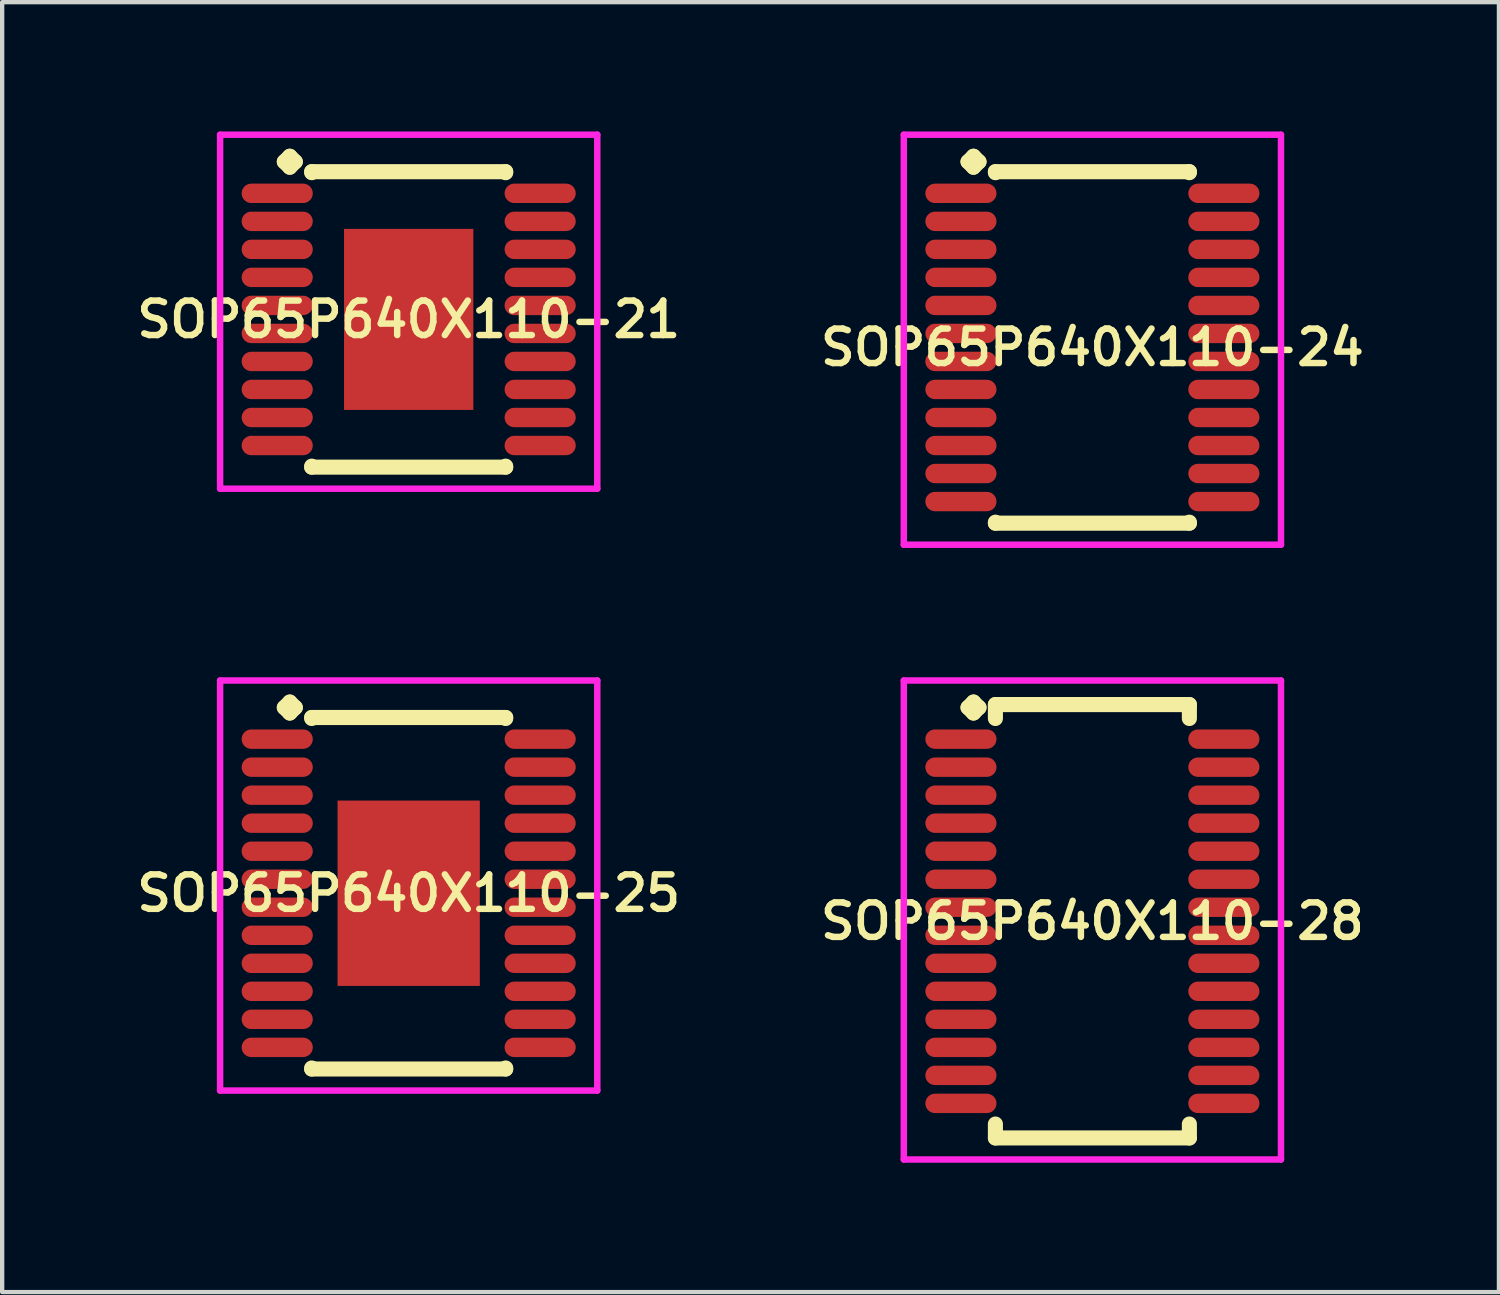
<source format=kicad_pcb>
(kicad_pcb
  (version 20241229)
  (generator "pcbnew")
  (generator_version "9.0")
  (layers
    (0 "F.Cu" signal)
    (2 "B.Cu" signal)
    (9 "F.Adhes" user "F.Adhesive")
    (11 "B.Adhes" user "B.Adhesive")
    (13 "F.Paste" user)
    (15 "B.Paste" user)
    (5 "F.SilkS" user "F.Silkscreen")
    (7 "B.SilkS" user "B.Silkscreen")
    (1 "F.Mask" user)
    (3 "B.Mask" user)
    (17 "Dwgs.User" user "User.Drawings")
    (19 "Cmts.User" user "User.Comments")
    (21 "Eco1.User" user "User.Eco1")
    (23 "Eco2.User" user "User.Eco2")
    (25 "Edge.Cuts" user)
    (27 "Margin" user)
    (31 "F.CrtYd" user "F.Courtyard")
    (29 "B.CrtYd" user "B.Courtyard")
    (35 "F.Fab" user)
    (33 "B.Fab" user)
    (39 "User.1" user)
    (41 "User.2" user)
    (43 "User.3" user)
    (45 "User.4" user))
  (footprint "SOP65P640X110-21"
    (layer "F.Cu")
    (at 6.431 4.36)
    (property "Reference" "SOP65P640X110-21" (at 0 0 0) (layer "F.SilkS") (effects (font (size 0.8 0.8) (thickness 0.15))))
    (attr smd)
    (fp_line (start -2.885 -3.658) (end -2.758 -3.785) (stroke (width 0.35) (type solid)) (layer "F.SilkS"))
    (fp_line (start -2.758 -3.785) (end -2.631 -3.658) (stroke (width 0.35) (type solid)) (layer "F.SilkS"))
    (fp_line (start -2.758 -3.531) (end -2.885 -3.658) (stroke (width 0.35) (type solid)) (layer "F.SilkS"))
    (fp_line (start -2.631 -3.658) (end -2.758 -3.531) (stroke (width 0.35) (type solid)) (layer "F.SilkS"))
    (fp_line (start -2.25 -3.427) (end 2.25 -3.427) (stroke (width 0.35) (type solid)) (layer "F.SilkS"))
    (fp_line (start -2.25 -3.404) (end -2.25 -3.427) (stroke (width 0.35) (type solid)) (layer "F.SilkS"))
    (fp_line (start -2.25 3.404) (end -2.25 3.427) (stroke (width 0.35) (type solid)) (layer "F.SilkS"))
    (fp_line (start -2.25 3.427) (end 2.25 3.427) (stroke (width 0.35) (type solid)) (layer "F.SilkS"))
    (fp_line (start 2.25 -3.427) (end 2.25 -3.404) (stroke (width 0.35) (type solid)) (layer "F.SilkS"))
    (fp_line (start 2.25 3.427) (end 2.25 3.404) (stroke (width 0.35) (type solid)) (layer "F.SilkS"))
    (fp_line (start -4.375 -4.285) (end 4.375 -4.285) (stroke (width 0.15) (type solid)) (layer "F.CrtYd"))
    (fp_line (start -4.375 3.927) (end -4.375 -4.285) (stroke (width 0.15) (type solid)) (layer "F.CrtYd"))
    (fp_line (start 4.375 -4.285) (end 4.375 3.927) (stroke (width 0.15) (type solid)) (layer "F.CrtYd"))
    (fp_line (start 4.375 3.927) (end -4.375 3.927) (stroke (width 0.15) (type solid)) (layer "F.CrtYd"))
    (pad "1" smd oval (at -3.05 -2.925) (size 1.65 0.45) (layers "F.Cu" "F.Mask" "F.Paste"))
    (pad "2" smd oval (at -3.05 -2.275) (size 1.65 0.45) (layers "F.Cu" "F.Mask" "F.Paste"))
    (pad "3" smd oval (at -3.05 -1.625) (size 1.65 0.45) (layers "F.Cu" "F.Mask" "F.Paste"))
    (pad "4" smd oval (at -3.05 -0.975) (size 1.65 0.45) (layers "F.Cu" "F.Mask" "F.Paste"))
    (pad "5" smd oval (at -3.05 -0.325) (size 1.65 0.45) (layers "F.Cu" "F.Mask" "F.Paste"))
    (pad "6" smd oval (at -3.05 0.325) (size 1.65 0.45) (layers "F.Cu" "F.Mask" "F.Paste"))
    (pad "7" smd oval (at -3.05 0.975) (size 1.65 0.45) (layers "F.Cu" "F.Mask" "F.Paste"))
    (pad "8" smd oval (at -3.05 1.625) (size 1.65 0.45) (layers "F.Cu" "F.Mask" "F.Paste"))
    (pad "9" smd oval (at -3.05 2.275) (size 1.65 0.45) (layers "F.Cu" "F.Mask" "F.Paste"))
    (pad "10" smd oval (at -3.05 2.925) (size 1.65 0.45) (layers "F.Cu" "F.Mask" "F.Paste"))
    (pad "11" smd oval (at 3.05 2.925) (size 1.65 0.45) (layers "F.Cu" "F.Mask" "F.Paste"))
    (pad "12" smd oval (at 3.05 2.275) (size 1.65 0.45) (layers "F.Cu" "F.Mask" "F.Paste"))
    (pad "13" smd oval (at 3.05 1.625) (size 1.65 0.45) (layers "F.Cu" "F.Mask" "F.Paste"))
    (pad "14" smd oval (at 3.05 0.975) (size 1.65 0.45) (layers "F.Cu" "F.Mask" "F.Paste"))
    (pad "15" smd oval (at 3.05 0.325) (size 1.65 0.45) (layers "F.Cu" "F.Mask" "F.Paste"))
    (pad "16" smd oval (at 3.05 -0.325) (size 1.65 0.45) (layers "F.Cu" "F.Mask" "F.Paste"))
    (pad "17" smd oval (at 3.05 -0.975) (size 1.65 0.45) (layers "F.Cu" "F.Mask" "F.Paste"))
    (pad "18" smd oval (at 3.05 -1.625) (size 1.65 0.45) (layers "F.Cu" "F.Mask" "F.Paste"))
    (pad "19" smd oval (at 3.05 -2.275) (size 1.65 0.45) (layers "F.Cu" "F.Mask" "F.Paste"))
    (pad "20" smd oval (at 3.05 -2.925) (size 1.65 0.45) (layers "F.Cu" "F.Mask" "F.Paste"))
    (pad "21" smd rect (at 0 0) (size 3 4.2) (layers "F.Cu" "F.Mask" "F.Paste")))
  (footprint "SOP65P640X110-24"
    (layer "F.Cu")
    (at 22.292 5.01)
    (property "Reference" "SOP65P640X110-24" (at 0 0 0) (layer "F.SilkS") (effects (font (size 0.8 0.8) (thickness 0.15))))
    (attr smd)
    (fp_line (start -2.885 -4.308) (end -2.758 -4.435) (stroke (width 0.35) (type solid)) (layer "F.SilkS"))
    (fp_line (start -2.758 -4.435) (end -2.631 -4.308) (stroke (width 0.35) (type solid)) (layer "F.SilkS"))
    (fp_line (start -2.758 -4.181) (end -2.885 -4.308) (stroke (width 0.35) (type solid)) (layer "F.SilkS"))
    (fp_line (start -2.631 -4.308) (end -2.758 -4.181) (stroke (width 0.35) (type solid)) (layer "F.SilkS"))
    (fp_line (start -2.25 -4.077) (end 2.25 -4.077) (stroke (width 0.35) (type solid)) (layer "F.SilkS"))
    (fp_line (start -2.25 -4.054) (end -2.25 -4.077) (stroke (width 0.35) (type solid)) (layer "F.SilkS"))
    (fp_line (start -2.25 4.054) (end -2.25 4.077) (stroke (width 0.35) (type solid)) (layer "F.SilkS"))
    (fp_line (start -2.25 4.077) (end 2.25 4.077) (stroke (width 0.35) (type solid)) (layer "F.SilkS"))
    (fp_line (start 2.25 -4.077) (end 2.25 -4.054) (stroke (width 0.35) (type solid)) (layer "F.SilkS"))
    (fp_line (start 2.25 4.077) (end 2.25 4.054) (stroke (width 0.35) (type solid)) (layer "F.SilkS"))
    (fp_line (start -4.375 -4.935) (end 4.375 -4.935) (stroke (width 0.15) (type solid)) (layer "F.CrtYd"))
    (fp_line (start -4.375 4.577) (end -4.375 -4.935) (stroke (width 0.15) (type solid)) (layer "F.CrtYd"))
    (fp_line (start 4.375 -4.935) (end 4.375 4.577) (stroke (width 0.15) (type solid)) (layer "F.CrtYd"))
    (fp_line (start 4.375 4.577) (end -4.375 4.577) (stroke (width 0.15) (type solid)) (layer "F.CrtYd"))
    (pad "1" smd oval (at -3.05 -3.575) (size 1.65 0.45) (layers "F.Cu" "F.Mask" "F.Paste"))
    (pad "2" smd oval (at -3.05 -2.925) (size 1.65 0.45) (layers "F.Cu" "F.Mask" "F.Paste"))
    (pad "3" smd oval (at -3.05 -2.275) (size 1.65 0.45) (layers "F.Cu" "F.Mask" "F.Paste"))
    (pad "4" smd oval (at -3.05 -1.625) (size 1.65 0.45) (layers "F.Cu" "F.Mask" "F.Paste"))
    (pad "5" smd oval (at -3.05 -0.975) (size 1.65 0.45) (layers "F.Cu" "F.Mask" "F.Paste"))
    (pad "6" smd oval (at -3.05 -0.325) (size 1.65 0.45) (layers "F.Cu" "F.Mask" "F.Paste"))
    (pad "7" smd oval (at -3.05 0.325) (size 1.65 0.45) (layers "F.Cu" "F.Mask" "F.Paste"))
    (pad "8" smd oval (at -3.05 0.975) (size 1.65 0.45) (layers "F.Cu" "F.Mask" "F.Paste"))
    (pad "9" smd oval (at -3.05 1.625) (size 1.65 0.45) (layers "F.Cu" "F.Mask" "F.Paste"))
    (pad "10" smd oval (at -3.05 2.275) (size 1.65 0.45) (layers "F.Cu" "F.Mask" "F.Paste"))
    (pad "11" smd oval (at -3.05 2.925) (size 1.65 0.45) (layers "F.Cu" "F.Mask" "F.Paste"))
    (pad "12" smd oval (at -3.05 3.575) (size 1.65 0.45) (layers "F.Cu" "F.Mask" "F.Paste"))
    (pad "13" smd oval (at 3.05 3.575) (size 1.65 0.45) (layers "F.Cu" "F.Mask" "F.Paste"))
    (pad "14" smd oval (at 3.05 2.925) (size 1.65 0.45) (layers "F.Cu" "F.Mask" "F.Paste"))
    (pad "15" smd oval (at 3.05 2.275) (size 1.65 0.45) (layers "F.Cu" "F.Mask" "F.Paste"))
    (pad "16" smd oval (at 3.05 1.625) (size 1.65 0.45) (layers "F.Cu" "F.Mask" "F.Paste"))
    (pad "17" smd oval (at 3.05 0.975) (size 1.65 0.45) (layers "F.Cu" "F.Mask" "F.Paste"))
    (pad "18" smd oval (at 3.05 0.325) (size 1.65 0.45) (layers "F.Cu" "F.Mask" "F.Paste"))
    (pad "19" smd oval (at 3.05 -0.325) (size 1.65 0.45) (layers "F.Cu" "F.Mask" "F.Paste"))
    (pad "20" smd oval (at 3.05 -0.975) (size 1.65 0.45) (layers "F.Cu" "F.Mask" "F.Paste"))
    (pad "21" smd oval (at 3.05 -1.625) (size 1.65 0.45) (layers "F.Cu" "F.Mask" "F.Paste"))
    (pad "22" smd oval (at 3.05 -2.275) (size 1.65 0.45) (layers "F.Cu" "F.Mask" "F.Paste"))
    (pad "23" smd oval (at 3.05 -2.925) (size 1.65 0.45) (layers "F.Cu" "F.Mask" "F.Paste"))
    (pad "24" smd oval (at 3.05 -3.575) (size 1.65 0.45) (layers "F.Cu" "F.Mask" "F.Paste")))
  (footprint "SOP65P640X110-28"
    (layer "F.Cu")
    (at 22.292 18.322)
    (property "Reference" "SOP65P640X110-28" (at 0 0 0) (layer "F.SilkS") (effects (font (size 0.8 0.8) (thickness 0.15))))
    (attr smd)
    (fp_line (start -2.885 -4.958) (end -2.758 -5.085) (stroke (width 0.35) (type solid)) (layer "F.SilkS"))
    (fp_line (start -2.758 -5.085) (end -2.631 -4.958) (stroke (width 0.35) (type solid)) (layer "F.SilkS"))
    (fp_line (start -2.758 -4.831) (end -2.885 -4.958) (stroke (width 0.35) (type solid)) (layer "F.SilkS"))
    (fp_line (start -2.631 -4.958) (end -2.758 -4.831) (stroke (width 0.35) (type solid)) (layer "F.SilkS"))
    (fp_line (start -2.25 -5.027) (end 2.25 -5.027) (stroke (width 0.35) (type solid)) (layer "F.SilkS"))
    (fp_line (start -2.25 -4.704) (end -2.25 -5.027) (stroke (width 0.35) (type solid)) (layer "F.SilkS"))
    (fp_line (start -2.25 4.704) (end -2.25 5.027) (stroke (width 0.35) (type solid)) (layer "F.SilkS"))
    (fp_line (start -2.25 5.027) (end 2.25 5.027) (stroke (width 0.35) (type solid)) (layer "F.SilkS"))
    (fp_line (start 2.25 -5.027) (end 2.25 -4.704) (stroke (width 0.35) (type solid)) (layer "F.SilkS"))
    (fp_line (start 2.25 5.027) (end 2.25 4.704) (stroke (width 0.35) (type solid)) (layer "F.SilkS"))
    (fp_line (start -4.375 -5.585) (end 4.375 -5.585) (stroke (width 0.15) (type solid)) (layer "F.CrtYd"))
    (fp_line (start -4.375 5.527) (end -4.375 -5.585) (stroke (width 0.15) (type solid)) (layer "F.CrtYd"))
    (fp_line (start 4.375 -5.585) (end 4.375 5.527) (stroke (width 0.15) (type solid)) (layer "F.CrtYd"))
    (fp_line (start 4.375 5.527) (end -4.375 5.527) (stroke (width 0.15) (type solid)) (layer "F.CrtYd"))
    (pad "1" smd oval (at -3.05 -4.225) (size 1.65 0.45) (layers "F.Cu" "F.Mask" "F.Paste"))
    (pad "2" smd oval (at -3.05 -3.575) (size 1.65 0.45) (layers "F.Cu" "F.Mask" "F.Paste"))
    (pad "3" smd oval (at -3.05 -2.925) (size 1.65 0.45) (layers "F.Cu" "F.Mask" "F.Paste"))
    (pad "4" smd oval (at -3.05 -2.275) (size 1.65 0.45) (layers "F.Cu" "F.Mask" "F.Paste"))
    (pad "5" smd oval (at -3.05 -1.625) (size 1.65 0.45) (layers "F.Cu" "F.Mask" "F.Paste"))
    (pad "6" smd oval (at -3.05 -0.975) (size 1.65 0.45) (layers "F.Cu" "F.Mask" "F.Paste"))
    (pad "7" smd oval (at -3.05 -0.325) (size 1.65 0.45) (layers "F.Cu" "F.Mask" "F.Paste"))
    (pad "8" smd oval (at -3.05 0.325) (size 1.65 0.45) (layers "F.Cu" "F.Mask" "F.Paste"))
    (pad "9" smd oval (at -3.05 0.975) (size 1.65 0.45) (layers "F.Cu" "F.Mask" "F.Paste"))
    (pad "10" smd oval (at -3.05 1.625) (size 1.65 0.45) (layers "F.Cu" "F.Mask" "F.Paste"))
    (pad "11" smd oval (at -3.05 2.275) (size 1.65 0.45) (layers "F.Cu" "F.Mask" "F.Paste"))
    (pad "12" smd oval (at -3.05 2.925) (size 1.65 0.45) (layers "F.Cu" "F.Mask" "F.Paste"))
    (pad "13" smd oval (at -3.05 3.575) (size 1.65 0.45) (layers "F.Cu" "F.Mask" "F.Paste"))
    (pad "14" smd oval (at -3.05 4.225) (size 1.65 0.45) (layers "F.Cu" "F.Mask" "F.Paste"))
    (pad "15" smd oval (at 3.05 4.225) (size 1.65 0.45) (layers "F.Cu" "F.Mask" "F.Paste"))
    (pad "16" smd oval (at 3.05 3.575) (size 1.65 0.45) (layers "F.Cu" "F.Mask" "F.Paste"))
    (pad "17" smd oval (at 3.05 2.925) (size 1.65 0.45) (layers "F.Cu" "F.Mask" "F.Paste"))
    (pad "18" smd oval (at 3.05 2.275) (size 1.65 0.45) (layers "F.Cu" "F.Mask" "F.Paste"))
    (pad "19" smd oval (at 3.05 1.625) (size 1.65 0.45) (layers "F.Cu" "F.Mask" "F.Paste"))
    (pad "20" smd oval (at 3.05 0.975) (size 1.65 0.45) (layers "F.Cu" "F.Mask" "F.Paste"))
    (pad "21" smd oval (at 3.05 0.325) (size 1.65 0.45) (layers "F.Cu" "F.Mask" "F.Paste"))
    (pad "22" smd oval (at 3.05 -0.325) (size 1.65 0.45) (layers "F.Cu" "F.Mask" "F.Paste"))
    (pad "23" smd oval (at 3.05 -0.975) (size 1.65 0.45) (layers "F.Cu" "F.Mask" "F.Paste"))
    (pad "24" smd oval (at 3.05 -1.625) (size 1.65 0.45) (layers "F.Cu" "F.Mask" "F.Paste"))
    (pad "25" smd oval (at 3.05 -2.275) (size 1.65 0.45) (layers "F.Cu" "F.Mask" "F.Paste"))
    (pad "26" smd oval (at 3.05 -2.925) (size 1.65 0.45) (layers "F.Cu" "F.Mask" "F.Paste"))
    (pad "27" smd oval (at 3.05 -3.575) (size 1.65 0.45) (layers "F.Cu" "F.Mask" "F.Paste"))
    (pad "28" smd oval (at 3.05 -4.225) (size 1.65 0.45) (layers "F.Cu" "F.Mask" "F.Paste")))
  (footprint "SOP65P640X110-25"
    (layer "F.Cu")
    (at 6.431 17.672)
    (property "Reference" "SOP65P640X110-25" (at 0 0 0) (layer "F.SilkS") (effects (font (size 0.8 0.8) (thickness 0.15))))
    (attr smd)
    (fp_line (start -2.885 -4.308) (end -2.758 -4.435) (stroke (width 0.35) (type solid)) (layer "F.SilkS"))
    (fp_line (start -2.758 -4.435) (end -2.631 -4.308) (stroke (width 0.35) (type solid)) (layer "F.SilkS"))
    (fp_line (start -2.758 -4.181) (end -2.885 -4.308) (stroke (width 0.35) (type solid)) (layer "F.SilkS"))
    (fp_line (start -2.631 -4.308) (end -2.758 -4.181) (stroke (width 0.35) (type solid)) (layer "F.SilkS"))
    (fp_line (start -2.25 -4.077) (end 2.25 -4.077) (stroke (width 0.35) (type solid)) (layer "F.SilkS"))
    (fp_line (start -2.25 -4.054) (end -2.25 -4.077) (stroke (width 0.35) (type solid)) (layer "F.SilkS"))
    (fp_line (start -2.25 4.054) (end -2.25 4.077) (stroke (width 0.35) (type solid)) (layer "F.SilkS"))
    (fp_line (start -2.25 4.077) (end 2.25 4.077) (stroke (width 0.35) (type solid)) (layer "F.SilkS"))
    (fp_line (start 2.25 -4.077) (end 2.25 -4.054) (stroke (width 0.35) (type solid)) (layer "F.SilkS"))
    (fp_line (start 2.25 4.077) (end 2.25 4.054) (stroke (width 0.35) (type solid)) (layer "F.SilkS"))
    (fp_line (start -4.375 -4.935) (end 4.375 -4.935) (stroke (width 0.15) (type solid)) (layer "F.CrtYd"))
    (fp_line (start -4.375 4.577) (end -4.375 -4.935) (stroke (width 0.15) (type solid)) (layer "F.CrtYd"))
    (fp_line (start 4.375 -4.935) (end 4.375 4.577) (stroke (width 0.15) (type solid)) (layer "F.CrtYd"))
    (fp_line (start 4.375 4.577) (end -4.375 4.577) (stroke (width 0.15) (type solid)) (layer "F.CrtYd"))
    (pad "1" smd oval (at -3.05 -3.575) (size 1.65 0.45) (layers "F.Cu" "F.Mask" "F.Paste"))
    (pad "2" smd oval (at -3.05 -2.925) (size 1.65 0.45) (layers "F.Cu" "F.Mask" "F.Paste"))
    (pad "3" smd oval (at -3.05 -2.275) (size 1.65 0.45) (layers "F.Cu" "F.Mask" "F.Paste"))
    (pad "4" smd oval (at -3.05 -1.625) (size 1.65 0.45) (layers "F.Cu" "F.Mask" "F.Paste"))
    (pad "5" smd oval (at -3.05 -0.975) (size 1.65 0.45) (layers "F.Cu" "F.Mask" "F.Paste"))
    (pad "6" smd oval (at -3.05 -0.325) (size 1.65 0.45) (layers "F.Cu" "F.Mask" "F.Paste"))
    (pad "7" smd oval (at -3.05 0.325) (size 1.65 0.45) (layers "F.Cu" "F.Mask" "F.Paste"))
    (pad "8" smd oval (at -3.05 0.975) (size 1.65 0.45) (layers "F.Cu" "F.Mask" "F.Paste"))
    (pad "9" smd oval (at -3.05 1.625) (size 1.65 0.45) (layers "F.Cu" "F.Mask" "F.Paste"))
    (pad "10" smd oval (at -3.05 2.275) (size 1.65 0.45) (layers "F.Cu" "F.Mask" "F.Paste"))
    (pad "11" smd oval (at -3.05 2.925) (size 1.65 0.45) (layers "F.Cu" "F.Mask" "F.Paste"))
    (pad "12" smd oval (at -3.05 3.575) (size 1.65 0.45) (layers "F.Cu" "F.Mask" "F.Paste"))
    (pad "13" smd oval (at 3.05 3.575) (size 1.65 0.45) (layers "F.Cu" "F.Mask" "F.Paste"))
    (pad "14" smd oval (at 3.05 2.925) (size 1.65 0.45) (layers "F.Cu" "F.Mask" "F.Paste"))
    (pad "15" smd oval (at 3.05 2.275) (size 1.65 0.45) (layers "F.Cu" "F.Mask" "F.Paste"))
    (pad "16" smd oval (at 3.05 1.625) (size 1.65 0.45) (layers "F.Cu" "F.Mask" "F.Paste"))
    (pad "17" smd oval (at 3.05 0.975) (size 1.65 0.45) (layers "F.Cu" "F.Mask" "F.Paste"))
    (pad "18" smd oval (at 3.05 0.325) (size 1.65 0.45) (layers "F.Cu" "F.Mask" "F.Paste"))
    (pad "19" smd oval (at 3.05 -0.325) (size 1.65 0.45) (layers "F.Cu" "F.Mask" "F.Paste"))
    (pad "20" smd oval (at 3.05 -0.975) (size 1.65 0.45) (layers "F.Cu" "F.Mask" "F.Paste"))
    (pad "21" smd oval (at 3.05 -1.625) (size 1.65 0.45) (layers "F.Cu" "F.Mask" "F.Paste"))
    (pad "22" smd oval (at 3.05 -2.275) (size 1.65 0.45) (layers "F.Cu" "F.Mask" "F.Paste"))
    (pad "23" smd oval (at 3.05 -2.925) (size 1.65 0.45) (layers "F.Cu" "F.Mask" "F.Paste"))
    (pad "24" smd oval (at 3.05 -3.575) (size 1.65 0.45) (layers "F.Cu" "F.Mask" "F.Paste"))
    (pad "25" smd rect (at 0 0) (size 3.3 4.3) (layers "F.Cu" "F.Mask" "F.Paste")))
  (gr_rect
    (start -3 -3)
    (end 31.723 26.924)
    (stroke (width 0.1) (type default))
    (fill no)
    (layer "Edge.Cuts")))
</source>
